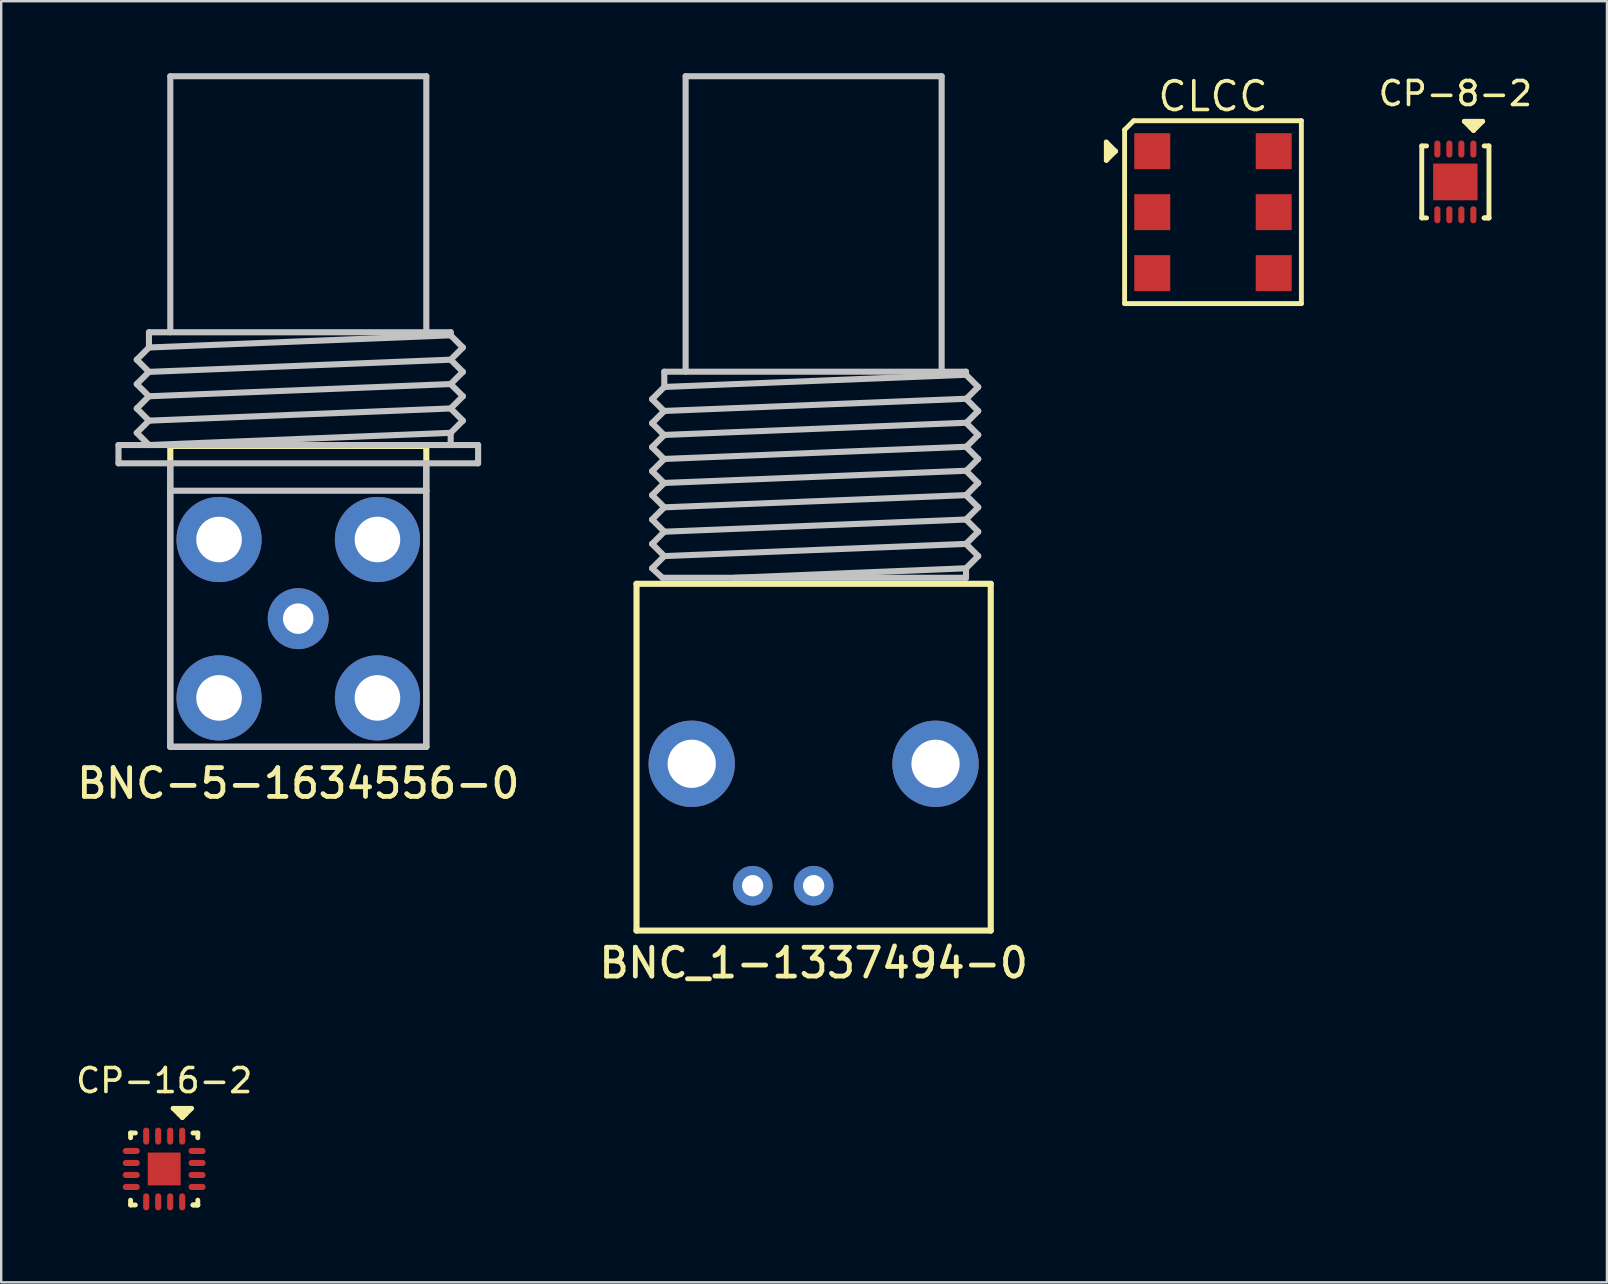
<source format=kicad_pcb>
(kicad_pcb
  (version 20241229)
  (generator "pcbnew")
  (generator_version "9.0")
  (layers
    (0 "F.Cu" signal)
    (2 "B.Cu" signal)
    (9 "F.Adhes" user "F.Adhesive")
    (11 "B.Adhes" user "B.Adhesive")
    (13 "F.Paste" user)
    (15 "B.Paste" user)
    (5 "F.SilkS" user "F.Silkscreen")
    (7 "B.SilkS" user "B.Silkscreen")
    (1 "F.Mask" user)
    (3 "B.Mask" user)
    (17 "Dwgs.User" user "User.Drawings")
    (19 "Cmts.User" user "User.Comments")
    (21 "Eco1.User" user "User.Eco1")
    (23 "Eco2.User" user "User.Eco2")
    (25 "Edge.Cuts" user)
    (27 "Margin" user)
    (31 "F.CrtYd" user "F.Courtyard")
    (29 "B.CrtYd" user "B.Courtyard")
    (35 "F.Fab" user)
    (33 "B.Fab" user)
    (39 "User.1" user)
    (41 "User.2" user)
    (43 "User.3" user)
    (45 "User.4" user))
  (footprint "CP-8-2"
    (layer "F.Cu")
    (at 57.595 4.531)
    (property "Reference" "CP-8-2" (at 0 -3.683 0) (layer "F.SilkS") (effects (font (size 1 1) (thickness 0.15))))
    (attr smd)
    (fp_line (start -1.4 1.5) (end -1.4 -1.5) (stroke (width 0.203) (type solid)) (layer "F.SilkS"))
    (fp_line (start -1.2 -1.5) (end -1.4 -1.5) (stroke (width 0.203) (type solid)) (layer "F.SilkS"))
    (fp_line (start -1.2 1.5) (end -1.4 1.5) (stroke (width 0.203) (type solid)) (layer "F.SilkS"))
    (fp_line (start 0.374 -2.526) (end 0.755 -2.144) (stroke (width 0.203) (type solid)) (layer "F.SilkS"))
    (fp_line (start 0.628 -2.526) (end 0.628 -2.272) (stroke (width 0.203) (type solid)) (layer "F.SilkS"))
    (fp_line (start 0.755 -2.526) (end 0.755 -2.272) (stroke (width 0.203) (type solid)) (layer "F.SilkS"))
    (fp_line (start 0.755 -2.144) (end 1.137 -2.526) (stroke (width 0.203) (type solid)) (layer "F.SilkS"))
    (fp_line (start 0.882 -2.526) (end 0.882 -2.272) (stroke (width 0.203) (type solid)) (layer "F.SilkS"))
    (fp_line (start 1.137 -2.526) (end 0.374 -2.526) (stroke (width 0.203) (type solid)) (layer "F.SilkS"))
    (fp_line (start 1.2 -1.5) (end 1.4 -1.5) (stroke (width 0.203) (type solid)) (layer "F.SilkS"))
    (fp_line (start 1.2 1.5) (end 1.4 1.5) (stroke (width 0.203) (type solid)) (layer "F.SilkS"))
    (fp_line (start 1.2 1.5) (end 1.4 1.5) (stroke (width 0.203) (type solid)) (layer "F.SilkS"))
    (fp_line (start 1.4 -1.5) (end 1.4 1.5) (stroke (width 0.203) (type solid)) (layer "F.SilkS"))
    (pad "1" smd oval (at 0.75 -1.37 270) (size 0.71 0.254) (layers "F.Cu" "F.Mask" "F.Paste"))
    (pad "2" smd oval (at 0.25 -1.37 270) (size 0.71 0.254) (layers "F.Cu" "F.Mask" "F.Paste"))
    (pad "3" smd oval (at -0.25 -1.37 270) (size 0.71 0.254) (layers "F.Cu" "F.Mask" "F.Paste"))
    (pad "4" smd oval (at -0.75 -1.37 270) (size 0.71 0.254) (layers "F.Cu" "F.Mask" "F.Paste"))
    (pad "5" smd oval (at -0.75 1.37 270) (size 0.71 0.254) (layers "F.Cu" "F.Mask" "F.Paste"))
    (pad "6" smd oval (at -0.25 1.37 270) (size 0.71 0.254) (layers "F.Cu" "F.Mask" "F.Paste"))
    (pad "7" smd oval (at 0.25 1.37 270) (size 0.71 0.254) (layers "F.Cu" "F.Mask" "F.Paste"))
    (pad "8" smd oval (at 0.75 1.37 270) (size 0.71 0.254) (layers "F.Cu" "F.Mask" "F.Paste"))
    (pad "EP" smd rect (at 0 0 270) (size 1.53 1.85) (layers "F.Cu" "F.Mask" "F.Paste")))
  (footprint "BNC-5-1634556-0"
    (layer "F.Cu")
    (at 9.38 22.733)
    (property "Reference" "BNC-5-1634556-0" (at 0 6.858 0) (layer "F.SilkS") (effects (font (size 1.2 1.2) (thickness 0.2))))
    (attr through_hole)
    (fp_line (start -5.334 -7.2) (end 5.334 -7.2) (stroke (width 0.254) (type solid)) (layer "F.SilkS"))
    (fp_line (start -5.334 5.334) (end -5.334 -7.2) (stroke (width 0.254) (type solid)) (layer "F.SilkS"))
    (fp_line (start 5.334 -7.2) (end 5.334 5.334) (stroke (width 0.254) (type solid)) (layer "F.SilkS"))
    (fp_line (start 5.334 5.334) (end -5.334 5.334) (stroke (width 0.254) (type solid)) (layer "F.SilkS"))
    (fp_line (start -7.493 -7.239) (end -7.493 -6.477) (stroke (width 0.254) (type solid)) (layer "Dwgs.User"))
    (fp_line (start -7.493 -7.239) (end 7.493 -7.239) (stroke (width 0.254) (type solid)) (layer "Dwgs.User"))
    (fp_line (start -7.493 -6.477) (end 7.493 -6.477) (stroke (width 0.254) (type solid)) (layer "Dwgs.User"))
    (fp_line (start -6.731 -10.795) (end -6.223 -11.303) (stroke (width 0.254) (type solid)) (layer "Dwgs.User"))
    (fp_line (start -6.731 -9.779) (end -6.223 -10.287) (stroke (width 0.254) (type solid)) (layer "Dwgs.User"))
    (fp_line (start -6.731 -8.763) (end -6.223 -9.271) (stroke (width 0.254) (type solid)) (layer "Dwgs.User"))
    (fp_line (start -6.731 -7.747) (end -6.223 -8.255) (stroke (width 0.254) (type solid)) (layer "Dwgs.User"))
    (fp_line (start -6.223 -11.938) (end 6.35 -11.938) (stroke (width 0.254) (type solid)) (layer "Dwgs.User"))
    (fp_line (start -6.223 -11.303) (end -6.223 -11.938) (stroke (width 0.254) (type solid)) (layer "Dwgs.User"))
    (fp_line (start -6.223 -11.303) (end 6.35 -11.811) (stroke (width 0.254) (type solid)) (layer "Dwgs.User"))
    (fp_line (start -6.223 -10.287) (end -6.731 -10.795) (stroke (width 0.254) (type solid)) (layer "Dwgs.User"))
    (fp_line (start -6.223 -9.271) (end -6.731 -9.779) (stroke (width 0.254) (type solid)) (layer "Dwgs.User"))
    (fp_line (start -6.223 -9.271) (end 6.35 -9.779) (stroke (width 0.254) (type solid)) (layer "Dwgs.User"))
    (fp_line (start -6.223 -8.255) (end -6.731 -8.763) (stroke (width 0.254) (type solid)) (layer "Dwgs.User"))
    (fp_line (start -6.223 -7.239) (end -6.731 -7.747) (stroke (width 0.254) (type solid)) (layer "Dwgs.User"))
    (fp_line (start -6.223 -7.239) (end 6.35 -7.747) (stroke (width 0.254) (type solid)) (layer "Dwgs.User"))
    (fp_line (start -5.334 -22.606) (end 5.334 -22.606) (stroke (width 0.254) (type solid)) (layer "Dwgs.User"))
    (fp_line (start -5.334 -11.938) (end -5.334 -22.606) (stroke (width 0.254) (type solid)) (layer "Dwgs.User"))
    (fp_line (start -5.334 -5.334) (end -5.334 -6.477) (stroke (width 0.254) (type solid)) (layer "Dwgs.User"))
    (fp_line (start -5.334 -5.334) (end 5.334 -5.334) (stroke (width 0.254) (type solid)) (layer "Dwgs.User"))
    (fp_line (start -5.334 5.334) (end -5.334 -5.334) (stroke (width 0.254) (type solid)) (layer "Dwgs.User"))
    (fp_line (start 5.334 -22.606) (end 5.334 -11.938) (stroke (width 0.254) (type solid)) (layer "Dwgs.User"))
    (fp_line (start 5.334 -5.334) (end 5.334 -6.477) (stroke (width 0.254) (type solid)) (layer "Dwgs.User"))
    (fp_line (start 5.334 -5.334) (end 5.334 5.334) (stroke (width 0.254) (type solid)) (layer "Dwgs.User"))
    (fp_line (start 5.334 5.334) (end -5.334 5.334) (stroke (width 0.254) (type solid)) (layer "Dwgs.User"))
    (fp_line (start 6.35 -11.938) (end 6.35 -11.811) (stroke (width 0.254) (type solid)) (layer "Dwgs.User"))
    (fp_line (start 6.35 -10.795) (end -6.223 -10.287) (stroke (width 0.254) (type solid)) (layer "Dwgs.User"))
    (fp_line (start 6.35 -10.795) (end 6.858 -11.303) (stroke (width 0.254) (type solid)) (layer "Dwgs.User"))
    (fp_line (start 6.35 -10.795) (end 6.858 -10.287) (stroke (width 0.254) (type solid)) (layer "Dwgs.User"))
    (fp_line (start 6.35 -9.779) (end 6.858 -9.271) (stroke (width 0.254) (type solid)) (layer "Dwgs.User"))
    (fp_line (start 6.35 -8.763) (end -6.223 -8.255) (stroke (width 0.254) (type solid)) (layer "Dwgs.User"))
    (fp_line (start 6.35 -8.763) (end 6.858 -8.255) (stroke (width 0.254) (type solid)) (layer "Dwgs.User"))
    (fp_line (start 6.35 -7.747) (end 6.35 -7.239) (stroke (width 0.254) (type solid)) (layer "Dwgs.User"))
    (fp_line (start 6.858 -11.303) (end 6.35 -11.811) (stroke (width 0.254) (type solid)) (layer "Dwgs.User"))
    (fp_line (start 6.858 -10.287) (end 6.35 -9.779) (stroke (width 0.254) (type solid)) (layer "Dwgs.User"))
    (fp_line (start 6.858 -9.271) (end 6.35 -8.763) (stroke (width 0.254) (type solid)) (layer "Dwgs.User"))
    (fp_line (start 6.858 -8.255) (end 6.35 -7.747) (stroke (width 0.254) (type solid)) (layer "Dwgs.User"))
    (fp_line (start 7.493 -7.239) (end 7.493 -6.477) (stroke (width 0.254) (type solid)) (layer "Dwgs.User"))
    (pad "1" thru_hole circle (at -0.004 -0.004) (size 2.54 2.54) (drill 1.27) (layers "*.Cu" "*.Mask"))
    (pad "2" thru_hole circle (at -3.302 -3.302) (size 3.55 3.55) (drill 1.9) (layers "*.Cu" "*.Mask"))
    (pad "2" thru_hole circle (at -3.302 3.298) (size 3.55 3.55) (drill 1.9) (layers "*.Cu" "*.Mask"))
    (pad "2" thru_hole circle (at 3.298 -3.302) (size 3.55 3.55) (drill 1.9) (layers "*.Cu" "*.Mask"))
    (pad "2" thru_hole circle (at 3.298 3.298) (size 3.55 3.55) (drill 1.9) (layers "*.Cu" "*.Mask")))
  (footprint "CLCC"
    (layer "F.Cu")
    (at 47.495 5.791)
    (property "Reference" "CLCC" (at 0 -4.826 180) (layer "F.SilkS") (effects (font (size 1.2 1.2) (thickness 0.15))))
    (attr through_hole)
    (fp_line (start -4.445 -2.921) (end -4.445 -2.159) (stroke (width 0.203) (type solid)) (layer "F.SilkS"))
    (fp_line (start -4.445 -2.159) (end -4.064 -2.54) (stroke (width 0.203) (type solid)) (layer "F.SilkS"))
    (fp_line (start -4.318 -2.667) (end -4.318 -2.413) (stroke (width 0.203) (type solid)) (layer "F.SilkS"))
    (fp_line (start -4.064 -2.54) (end -4.445 -2.921) (stroke (width 0.203) (type solid)) (layer "F.SilkS"))
    (fp_line (start -4.064 -2.54) (end -4.318 -2.667) (stroke (width 0.203) (type solid)) (layer "F.SilkS"))
    (fp_line (start -3.683 -3.429) (end -3.683 3.81) (stroke (width 0.203) (type solid)) (layer "F.SilkS"))
    (fp_line (start -3.683 -3.429) (end -3.302 -3.81) (stroke (width 0.203) (type solid)) (layer "F.SilkS"))
    (fp_line (start -3.683 3.81) (end 3.683 3.81) (stroke (width 0.203) (type solid)) (layer "F.SilkS"))
    (fp_line (start -3.302 -3.81) (end 3.683 -3.81) (stroke (width 0.203) (type solid)) (layer "F.SilkS"))
    (fp_line (start 3.683 -3.81) (end 3.683 3.81) (stroke (width 0.203) (type solid)) (layer "F.SilkS"))
    (pad "1" smd rect (at -2.53 -2.54 90) (size 1.5 1.5) (layers "F.Cu" "F.Mask" "F.Paste"))
    (pad "2" smd rect (at -2.53 0 270) (size 1.5 1.5) (layers "F.Cu" "F.Mask" "F.Paste"))
    (pad "3" smd rect (at -2.53 2.54 270) (size 1.5 1.5) (layers "F.Cu" "F.Mask" "F.Paste"))
    (pad "4" smd rect (at 2.53 2.54 270) (size 1.5 1.5) (layers "F.Cu" "F.Mask" "F.Paste"))
    (pad "5" smd rect (at 2.53 0 270) (size 1.5 1.5) (layers "F.Cu" "F.Mask" "F.Paste"))
    (pad "6" smd rect (at 2.53 -2.54 270) (size 1.5 1.5) (layers "F.Cu" "F.Mask" "F.Paste")))
  (footprint "CP-16-2"
    (layer "F.Cu")
    (at 3.792 45.661)
    (property "Reference" "CP-16-2" (at 0 -3.683 0) (layer "F.SilkS") (effects (font (size 1 1) (thickness 0.15))))
    (attr smd)
    (fp_line (start -1.4 -1.5) (end -1.4 -1.3) (stroke (width 0.203) (type solid)) (layer "F.SilkS"))
    (fp_line (start -1.4 1.5) (end -1.4 1.3) (stroke (width 0.203) (type solid)) (layer "F.SilkS"))
    (fp_line (start -1.2 -1.5) (end -1.4 -1.5) (stroke (width 0.203) (type solid)) (layer "F.SilkS"))
    (fp_line (start -1.2 1.5) (end -1.4 1.5) (stroke (width 0.203) (type solid)) (layer "F.SilkS"))
    (fp_line (start 0.374 -2.526) (end 0.755 -2.144) (stroke (width 0.203) (type solid)) (layer "F.SilkS"))
    (fp_line (start 0.628 -2.526) (end 0.628 -2.272) (stroke (width 0.203) (type solid)) (layer "F.SilkS"))
    (fp_line (start 0.755 -2.526) (end 0.755 -2.272) (stroke (width 0.203) (type solid)) (layer "F.SilkS"))
    (fp_line (start 0.755 -2.144) (end 1.137 -2.526) (stroke (width 0.203) (type solid)) (layer "F.SilkS"))
    (fp_line (start 0.882 -2.526) (end 0.882 -2.272) (stroke (width 0.203) (type solid)) (layer "F.SilkS"))
    (fp_line (start 1.137 -2.526) (end 0.374 -2.526) (stroke (width 0.203) (type solid)) (layer "F.SilkS"))
    (fp_line (start 1.2 -1.5) (end 1.4 -1.5) (stroke (width 0.203) (type solid)) (layer "F.SilkS"))
    (fp_line (start 1.2 1.5) (end 1.4 1.5) (stroke (width 0.203) (type solid)) (layer "F.SilkS"))
    (fp_line (start 1.2 1.5) (end 1.4 1.5) (stroke (width 0.203) (type solid)) (layer "F.SilkS"))
    (fp_line (start 1.4 -1.5) (end 1.4 -1.3) (stroke (width 0.203) (type solid)) (layer "F.SilkS"))
    (fp_line (start 1.4 1.5) (end 1.4 1.3) (stroke (width 0.203) (type solid)) (layer "F.SilkS"))
    (pad "1" smd oval (at 0.75 -1.37 270) (size 0.71 0.254) (layers "F.Cu" "F.Mask" "F.Paste"))
    (pad "2" smd oval (at 0.25 -1.37 270) (size 0.71 0.254) (layers "F.Cu" "F.Mask" "F.Paste"))
    (pad "3" smd oval (at -0.25 -1.37 270) (size 0.71 0.254) (layers "F.Cu" "F.Mask" "F.Paste"))
    (pad "4" smd oval (at -0.75 -1.37 270) (size 0.71 0.254) (layers "F.Cu" "F.Mask" "F.Paste"))
    (pad "5" smd oval (at -1.37 -0.75) (size 0.71 0.254) (layers "F.Cu" "F.Mask" "F.Paste"))
    (pad "6" smd oval (at -1.37 -0.25) (size 0.71 0.254) (layers "F.Cu" "F.Mask" "F.Paste"))
    (pad "7" smd oval (at -1.37 0.25) (size 0.71 0.254) (layers "F.Cu" "F.Mask" "F.Paste"))
    (pad "8" smd oval (at -1.37 0.75) (size 0.71 0.254) (layers "F.Cu" "F.Mask" "F.Paste"))
    (pad "9" smd oval (at -0.75 1.37 270) (size 0.71 0.254) (layers "F.Cu" "F.Mask" "F.Paste"))
    (pad "10" smd oval (at -0.25 1.37 270) (size 0.71 0.254) (layers "F.Cu" "F.Mask" "F.Paste"))
    (pad "11" smd oval (at 0.25 1.37 270) (size 0.71 0.254) (layers "F.Cu" "F.Mask" "F.Paste"))
    (pad "12" smd oval (at 0.75 1.37 270) (size 0.71 0.254) (layers "F.Cu" "F.Mask" "F.Paste"))
    (pad "13" smd oval (at 1.37 0.75) (size 0.71 0.254) (layers "F.Cu" "F.Mask" "F.Paste"))
    (pad "14" smd oval (at 1.37 0.25) (size 0.71 0.254) (layers "F.Cu" "F.Mask" "F.Paste"))
    (pad "15" smd oval (at 1.37 -0.25) (size 0.71 0.254) (layers "F.Cu" "F.Mask" "F.Paste"))
    (pad "16" smd oval (at 1.37 -0.75) (size 0.71 0.254) (layers "F.Cu" "F.Mask" "F.Paste"))
    (pad "EP" smd rect (at 0 0 270) (size 1.37 1.37) (layers "F.Cu" "F.Mask" "F.Paste")))
  (footprint "BNC_1-1337494-0"
    (layer "F.Cu")
    (at 30.854 28.777)
    (property "Reference" "BNC_1-1337494-0" (at 0 8.3 0) (layer "F.SilkS") (effects (font (size 1.2 1.2) (thickness 0.2))))
    (attr through_hole)
    (fp_line (start -7.38 -7.5) (end 7.38 -7.5) (stroke (width 0.254) (type solid)) (layer "F.SilkS"))
    (fp_line (start -7.38 6.95) (end -7.38 -7.5) (stroke (width 0.254) (type solid)) (layer "F.SilkS"))
    (fp_line (start 7.38 -7.5) (end 7.38 6.95) (stroke (width 0.254) (type solid)) (layer "F.SilkS"))
    (fp_line (start 7.38 6.95) (end -7.38 6.95) (stroke (width 0.254) (type solid)) (layer "F.SilkS"))
    (fp_line (start -6.731 -15.195) (end -6.223 -15.703) (stroke (width 0.254) (type solid)) (layer "Dwgs.User"))
    (fp_line (start -6.731 -14.195) (end -6.223 -14.703) (stroke (width 0.254) (type solid)) (layer "Dwgs.User"))
    (fp_line (start -6.731 -13.195) (end -6.223 -13.703) (stroke (width 0.254) (type solid)) (layer "Dwgs.User"))
    (fp_line (start -6.731 -12.195) (end -6.223 -12.703) (stroke (width 0.254) (type solid)) (layer "Dwgs.User"))
    (fp_line (start -6.731 -11.195) (end -6.223 -11.703) (stroke (width 0.254) (type solid)) (layer "Dwgs.User"))
    (fp_line (start -6.731 -10.179) (end -6.223 -10.687) (stroke (width 0.254) (type solid)) (layer "Dwgs.User"))
    (fp_line (start -6.731 -9.163) (end -6.223 -9.671) (stroke (width 0.254) (type solid)) (layer "Dwgs.User"))
    (fp_line (start -6.731 -8.147) (end -6.223 -8.655) (stroke (width 0.254) (type solid)) (layer "Dwgs.User"))
    (fp_line (start -6.3 -7.75) (end 6.35 -7.75) (stroke (width 0.254) (type solid)) (layer "Dwgs.User"))
    (fp_line (start -6.3 -7.75) (end -6.731 -8.147) (stroke (width 0.254) (type solid)) (layer "Dwgs.User"))
    (fp_line (start -6.223 -16.338) (end 6.35 -16.338) (stroke (width 0.254) (type solid)) (layer "Dwgs.User"))
    (fp_line (start -6.223 -15.8) (end -6.223 -16.338) (stroke (width 0.254) (type solid)) (layer "Dwgs.User"))
    (fp_line (start -6.223 -15.703) (end 6.35 -16.211) (stroke (width 0.254) (type solid)) (layer "Dwgs.User"))
    (fp_line (start -6.223 -14.703) (end 6.35 -15.211) (stroke (width 0.254) (type solid)) (layer "Dwgs.User"))
    (fp_line (start -6.223 -14.687) (end -6.731 -15.195) (stroke (width 0.254) (type solid)) (layer "Dwgs.User"))
    (fp_line (start -6.223 -13.703) (end 6.35 -14.211) (stroke (width 0.254) (type solid)) (layer "Dwgs.User"))
    (fp_line (start -6.223 -13.687) (end -6.731 -14.195) (stroke (width 0.254) (type solid)) (layer "Dwgs.User"))
    (fp_line (start -6.223 -12.703) (end 6.35 -13.211) (stroke (width 0.254) (type solid)) (layer "Dwgs.User"))
    (fp_line (start -6.223 -12.687) (end -6.731 -13.195) (stroke (width 0.254) (type solid)) (layer "Dwgs.User"))
    (fp_line (start -6.223 -11.703) (end 6.35 -12.211) (stroke (width 0.254) (type solid)) (layer "Dwgs.User"))
    (fp_line (start -6.223 -11.687) (end -6.731 -12.195) (stroke (width 0.254) (type solid)) (layer "Dwgs.User"))
    (fp_line (start -6.223 -10.687) (end -6.731 -11.195) (stroke (width 0.254) (type solid)) (layer "Dwgs.User"))
    (fp_line (start -6.223 -9.671) (end -6.731 -10.179) (stroke (width 0.254) (type solid)) (layer "Dwgs.User"))
    (fp_line (start -6.223 -9.671) (end 6.35 -10.179) (stroke (width 0.254) (type solid)) (layer "Dwgs.User"))
    (fp_line (start -6.223 -8.655) (end -6.731 -9.163) (stroke (width 0.254) (type solid)) (layer "Dwgs.User"))
    (fp_line (start -5.334 -28.65) (end 5.334 -28.65) (stroke (width 0.254) (type solid)) (layer "Dwgs.User"))
    (fp_line (start -5.334 -16.338) (end -5.334 -28.65) (stroke (width 0.254) (type solid)) (layer "Dwgs.User"))
    (fp_line (start -3.3 -7.75) (end 6.35 -8.147) (stroke (width 0.254) (type solid)) (layer "Dwgs.User"))
    (fp_line (start 5.334 -28.65) (end 5.334 -16.338) (stroke (width 0.254) (type solid)) (layer "Dwgs.User"))
    (fp_line (start 6.35 -16.2) (end 6.35 -16.338) (stroke (width 0.254) (type solid)) (layer "Dwgs.User"))
    (fp_line (start 6.35 -15.195) (end 6.858 -15.703) (stroke (width 0.254) (type solid)) (layer "Dwgs.User"))
    (fp_line (start 6.35 -14.195) (end 6.858 -14.703) (stroke (width 0.254) (type solid)) (layer "Dwgs.User"))
    (fp_line (start 6.35 -13.195) (end 6.858 -13.703) (stroke (width 0.254) (type solid)) (layer "Dwgs.User"))
    (fp_line (start 6.35 -12.195) (end 6.858 -12.703) (stroke (width 0.254) (type solid)) (layer "Dwgs.User"))
    (fp_line (start 6.35 -11.195) (end -6.223 -10.687) (stroke (width 0.254) (type solid)) (layer "Dwgs.User"))
    (fp_line (start 6.35 -11.195) (end 6.858 -11.703) (stroke (width 0.254) (type solid)) (layer "Dwgs.User"))
    (fp_line (start 6.35 -11.195) (end 6.858 -10.687) (stroke (width 0.254) (type solid)) (layer "Dwgs.User"))
    (fp_line (start 6.35 -10.179) (end 6.858 -9.671) (stroke (width 0.254) (type solid)) (layer "Dwgs.User"))
    (fp_line (start 6.35 -9.163) (end -6.223 -8.655) (stroke (width 0.254) (type solid)) (layer "Dwgs.User"))
    (fp_line (start 6.35 -9.163) (end 6.858 -8.655) (stroke (width 0.254) (type solid)) (layer "Dwgs.User"))
    (fp_line (start 6.35 -8.147) (end 6.35 -7.75) (stroke (width 0.254) (type solid)) (layer "Dwgs.User"))
    (fp_line (start 6.858 -15.703) (end 6.35 -16.211) (stroke (width 0.254) (type solid)) (layer "Dwgs.User"))
    (fp_line (start 6.858 -14.703) (end 6.35 -15.211) (stroke (width 0.254) (type solid)) (layer "Dwgs.User"))
    (fp_line (start 6.858 -13.703) (end 6.35 -14.211) (stroke (width 0.254) (type solid)) (layer "Dwgs.User"))
    (fp_line (start 6.858 -12.703) (end 6.35 -13.211) (stroke (width 0.254) (type solid)) (layer "Dwgs.User"))
    (fp_line (start 6.858 -11.703) (end 6.35 -12.211) (stroke (width 0.254) (type solid)) (layer "Dwgs.User"))
    (fp_line (start 6.858 -10.687) (end 6.35 -10.179) (stroke (width 0.254) (type solid)) (layer "Dwgs.User"))
    (fp_line (start 6.858 -9.671) (end 6.35 -9.163) (stroke (width 0.254) (type solid)) (layer "Dwgs.User"))
    (fp_line (start 6.858 -8.655) (end 6.35 -8.147) (stroke (width 0.254) (type solid)) (layer "Dwgs.User"))
    (pad "1" thru_hole circle (at 0 5.08) (size 1.65 1.65) (drill 0.89) (layers "*.Cu" "*.Mask"))
    (pad "2" thru_hole circle (at -5.08 0) (size 3.6 3.6) (drill 2.01) (layers "*.Cu" "*.Mask"))
    (pad "2" thru_hole circle (at -2.54 5.08) (size 1.65 1.65) (drill 0.89) (layers "*.Cu" "*.Mask"))
    (pad "2" thru_hole circle (at 5.08 0) (size 3.6 3.6) (drill 2.01) (layers "*.Cu" "*.Mask")))
  (gr_rect
    (start -3 -3)
    (end 63.911 50.386)
    (stroke (width 0.1) (type default))
    (fill no)
    (layer "Edge.Cuts")))
</source>
